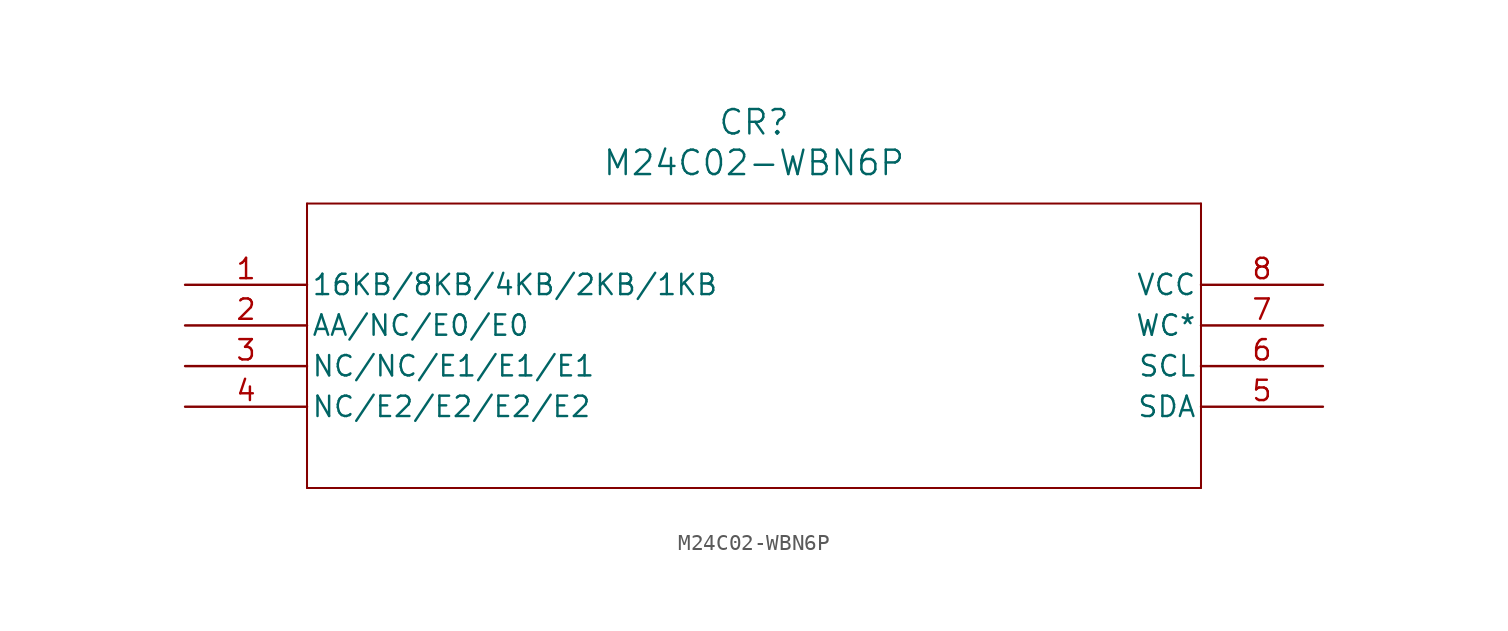
<source format=kicad_sym>
(kicad_symbol_lib
  (version 20211014)
  (generator kicad_symbol_editor)
  (symbol "M24C02-WBN6P"
    (pin_names
      (offset 0.254))
    (property "Reference" "CR"
      (at 35.56 10.16 0)
      (effects (font (size 1.524 1.524))))
    (property "Value" "M24C02-WBN6P"
      (at 35.56 7.62 0)
      (effects (font (size 1.524 1.524))))
    (symbol "M24C02-WBN6P_0_1"
      (polyline (pts (xy 7.62 5.08) (xy 7.62 -12.7)) (stroke (width 0.127) (type default) (color 0 0 0 0)) (fill (type none)))
      (polyline (pts (xy 7.62 -12.7) (xy 63.5 -12.7)) (stroke (width 0.127) (type default) (color 0 0 0 0)) (fill (type none)))
      (polyline (pts (xy 63.5 -12.7) (xy 63.5 5.08)) (stroke (width 0.127) (type default) (color 0 0 0 0)) (fill (type none)))
      (polyline (pts (xy 63.5 5.08) (xy 7.62 5.08)) (stroke (width 0.127) (type default) (color 0 0 0 0)) (fill (type none)))
      (pin bidirectional line (at 0 0 0) (length 7.62) (name "16KB/8KB/4KB/2KB/1KB" (effects (font (size 1.27 1.27)))) (number "1" (effects (font (size 1.27 1.27)))))
      (pin bidirectional line (at 0 -2.54 0) (length 7.62) (name "AA/NC/E0/E0" (effects (font (size 1.27 1.27)))) (number "2" (effects (font (size 1.27 1.27)))))
      (pin bidirectional line (at 0 -5.08 0) (length 7.62) (name "NC/NC/E1/E1/E1" (effects (font (size 1.27 1.27)))) (number "3" (effects (font (size 1.27 1.27)))))
      (pin bidirectional line (at 0 -7.62 0) (length 7.62) (name "NC/E2/E2/E2/E2" (effects (font (size 1.27 1.27)))) (number "4" (effects (font (size 1.27 1.27)))))
      (pin bidirectional line (at 71.12 -7.62 180) (length 7.62) (name "SDA" (effects (font (size 1.27 1.27)))) (number "5" (effects (font (size 1.27 1.27)))))
      (pin input line (at 71.12 -5.08 180) (length 7.62) (name "SCL" (effects (font (size 1.27 1.27)))) (number "6" (effects (font (size 1.27 1.27)))))
      (pin input line (at 71.12 -2.54 180) (length 7.62) (name "WC*" (effects (font (size 1.27 1.27)))) (number "7" (effects (font (size 1.27 1.27)))))
      (pin power_in line (at 71.12 0 180) (length 7.62) (name "VCC" (effects (font (size 1.27 1.27)))) (number "8" (effects (font (size 1.27 1.27))))))))
</source>
